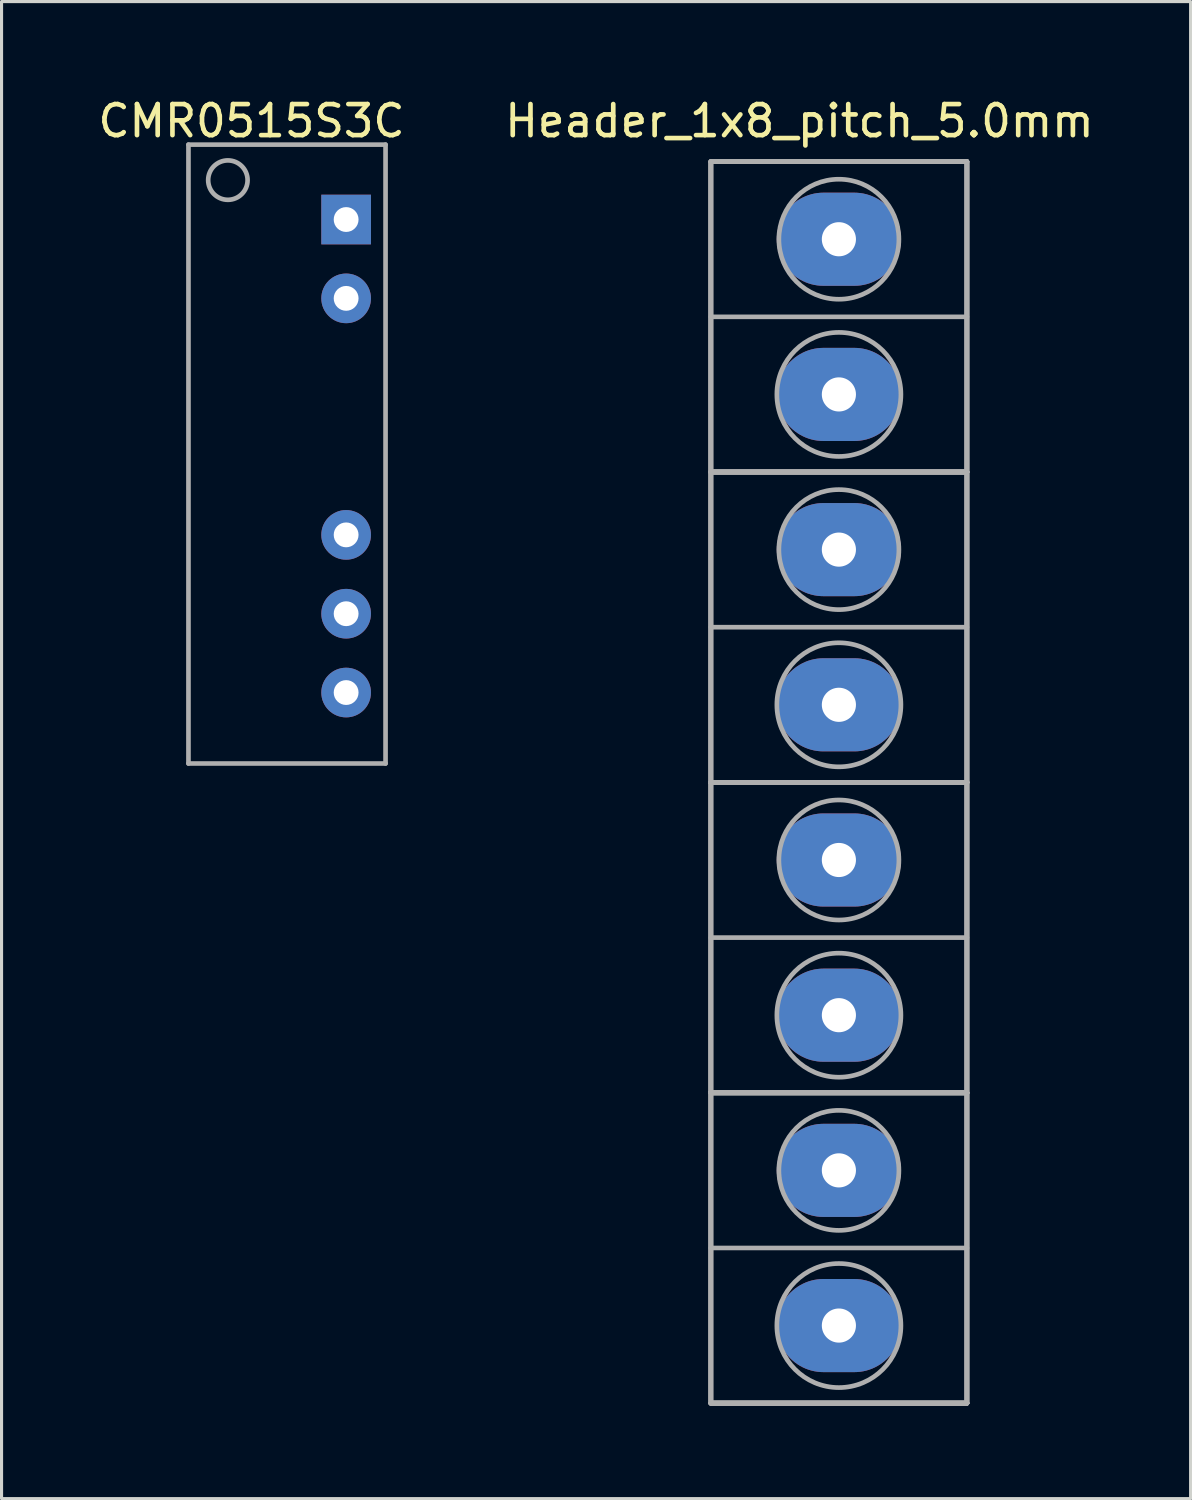
<source format=kicad_pcb>
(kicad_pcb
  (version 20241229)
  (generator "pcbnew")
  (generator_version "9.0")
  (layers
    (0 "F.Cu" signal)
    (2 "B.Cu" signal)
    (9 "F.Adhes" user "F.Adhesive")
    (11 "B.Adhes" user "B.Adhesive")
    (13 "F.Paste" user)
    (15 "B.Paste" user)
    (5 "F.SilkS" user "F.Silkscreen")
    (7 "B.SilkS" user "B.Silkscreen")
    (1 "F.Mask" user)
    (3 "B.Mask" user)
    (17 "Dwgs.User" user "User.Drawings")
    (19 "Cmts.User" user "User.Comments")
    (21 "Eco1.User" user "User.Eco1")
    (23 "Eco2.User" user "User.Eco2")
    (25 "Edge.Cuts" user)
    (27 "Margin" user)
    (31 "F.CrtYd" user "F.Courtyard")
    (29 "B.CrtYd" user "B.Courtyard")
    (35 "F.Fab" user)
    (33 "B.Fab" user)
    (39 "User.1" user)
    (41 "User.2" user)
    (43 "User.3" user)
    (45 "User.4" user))
  (footprint "CMR0515S3C"
    (layer "F.Cu")
    (at 8.102 4.023)
    (property "Reference" "CMR0515S3C" (at -3.048 -3.175 0) (layer "F.SilkS") (effects (font (size 1 1) (thickness 0.15))))
    (attr through_hole)
    (fp_line (start -5.08 -2.413) (end -5.08 17.526) (stroke (width 0.15) (type solid)) (layer "F.Fab"))
    (fp_line (start -5.08 17.526) (end 1.27 17.526) (stroke (width 0.15) (type solid)) (layer "F.Fab"))
    (fp_line (start 1.27 -2.413) (end -5.08 -2.413) (stroke (width 0.15) (type solid)) (layer "F.Fab"))
    (fp_line (start 1.27 17.526) (end 1.27 -2.413) (stroke (width 0.15) (type solid)) (layer "F.Fab"))
    (fp_circle (center -3.81 -1.27) (end -3.81 -1.905) (stroke (width 0.15) (type solid)) (fill no) (layer "F.Fab"))
    (pad "1" thru_hole rect (at 0 0) (size 1.6 1.6) (drill 0.8) (layers "*.Cu" "*.Mask"))
    (pad "2" thru_hole oval (at 0 2.54) (size 1.6 1.6) (drill 0.8) (layers "*.Cu" "*.Mask"))
    (pad "5" thru_hole oval (at 0 10.16) (size 1.6 1.6) (drill 0.8) (layers "*.Cu" "*.Mask"))
    (pad "6" thru_hole oval (at 0 12.7) (size 1.6 1.6) (drill 0.8) (layers "*.Cu" "*.Mask"))
    (pad "7" thru_hole oval (at 0 15.24) (size 1.6 1.6) (drill 0.8) (layers "*.Cu" "*.Mask")))
  (footprint "Header_1x8_pitch_5.0mm"
    (layer "F.Cu")
    (at 23.978 4.658)
    (property "Reference" "Header_1x8_pitch_5.0mm" (at -1.27 -3.81 0) (layer "F.SilkS") (effects (font (size 1 1) (thickness 0.15))))
    (attr through_hole)
    (fp_line (start -4.125 -2.5) (end -4.125 7.5) (stroke (width 0.15) (type solid)) (layer "F.Fab"))
    (fp_line (start -4.125 -2.5) (end -4.125 7.5) (stroke (width 0.15) (type solid)) (layer "F.Fab"))
    (fp_line (start -4.125 -2.5) (end -4.125 7.5) (stroke (width 0.15) (type solid)) (layer "F.Fab"))
    (fp_line (start -4.125 -2.5) (end -4.125 7.5) (stroke (width 0.15) (type solid)) (layer "F.Fab"))
    (fp_line (start -4.125 -2.5) (end 4.125 -2.5) (stroke (width 0.15) (type solid)) (layer "F.Fab"))
    (fp_line (start -4.125 -2.5) (end 4.125 -2.5) (stroke (width 0.15) (type solid)) (layer "F.Fab"))
    (fp_line (start -4.125 -2.5) (end 4.125 -2.5) (stroke (width 0.15) (type solid)) (layer "F.Fab"))
    (fp_line (start -4.125 -2.5) (end 4.125 -2.5) (stroke (width 0.15) (type solid)) (layer "F.Fab"))
    (fp_line (start -4.125 2.5) (end 4.125 2.5) (stroke (width 0.15) (type solid)) (layer "F.Fab"))
    (fp_line (start -4.125 7.5) (end -4.125 17.5) (stroke (width 0.15) (type solid)) (layer "F.Fab"))
    (fp_line (start -4.125 7.5) (end -4.125 17.5) (stroke (width 0.15) (type solid)) (layer "F.Fab"))
    (fp_line (start -4.125 7.5) (end -4.125 17.5) (stroke (width 0.15) (type solid)) (layer "F.Fab"))
    (fp_line (start -4.125 7.5) (end -4.125 17.5) (stroke (width 0.15) (type solid)) (layer "F.Fab"))
    (fp_line (start -4.125 7.5) (end 4.125 7.5) (stroke (width 0.15) (type solid)) (layer "F.Fab"))
    (fp_line (start -4.125 7.5) (end 4.125 7.5) (stroke (width 0.15) (type solid)) (layer "F.Fab"))
    (fp_line (start -4.125 7.5) (end 4.125 7.5) (stroke (width 0.15) (type solid)) (layer "F.Fab"))
    (fp_line (start -4.125 7.5) (end 4.125 7.5) (stroke (width 0.15) (type solid)) (layer "F.Fab"))
    (fp_line (start -4.125 7.5) (end 4.125 7.5) (stroke (width 0.15) (type solid)) (layer "F.Fab"))
    (fp_line (start -4.125 7.5) (end 4.125 7.5) (stroke (width 0.15) (type solid)) (layer "F.Fab"))
    (fp_line (start -4.125 7.5) (end 4.125 7.5) (stroke (width 0.15) (type solid)) (layer "F.Fab"))
    (fp_line (start -4.125 7.5) (end 4.125 7.5) (stroke (width 0.15) (type solid)) (layer "F.Fab"))
    (fp_line (start -4.125 12.5) (end 4.125 12.5) (stroke (width 0.15) (type solid)) (layer "F.Fab"))
    (fp_line (start -4.125 17.5) (end -4.125 27.5) (stroke (width 0.15) (type solid)) (layer "F.Fab"))
    (fp_line (start -4.125 17.5) (end -4.125 27.5) (stroke (width 0.15) (type solid)) (layer "F.Fab"))
    (fp_line (start -4.125 17.5) (end -4.125 27.5) (stroke (width 0.15) (type solid)) (layer "F.Fab"))
    (fp_line (start -4.125 17.5) (end -4.125 27.5) (stroke (width 0.15) (type solid)) (layer "F.Fab"))
    (fp_line (start -4.125 17.5) (end 4.125 17.5) (stroke (width 0.15) (type solid)) (layer "F.Fab"))
    (fp_line (start -4.125 17.5) (end 4.125 17.5) (stroke (width 0.15) (type solid)) (layer "F.Fab"))
    (fp_line (start -4.125 17.5) (end 4.125 17.5) (stroke (width 0.15) (type solid)) (layer "F.Fab"))
    (fp_line (start -4.125 17.5) (end 4.125 17.5) (stroke (width 0.15) (type solid)) (layer "F.Fab"))
    (fp_line (start -4.125 17.5) (end 4.125 17.5) (stroke (width 0.15) (type solid)) (layer "F.Fab"))
    (fp_line (start -4.125 17.5) (end 4.125 17.5) (stroke (width 0.15) (type solid)) (layer "F.Fab"))
    (fp_line (start -4.125 17.5) (end 4.125 17.5) (stroke (width 0.15) (type solid)) (layer "F.Fab"))
    (fp_line (start -4.125 17.5) (end 4.125 17.5) (stroke (width 0.15) (type solid)) (layer "F.Fab"))
    (fp_line (start -4.125 22.5) (end 4.125 22.5) (stroke (width 0.15) (type solid)) (layer "F.Fab"))
    (fp_line (start -4.125 27.5) (end -4.125 37.5) (stroke (width 0.15) (type solid)) (layer "F.Fab"))
    (fp_line (start -4.125 27.5) (end -4.125 37.5) (stroke (width 0.15) (type solid)) (layer "F.Fab"))
    (fp_line (start -4.125 27.5) (end -4.125 37.5) (stroke (width 0.15) (type solid)) (layer "F.Fab"))
    (fp_line (start -4.125 27.5) (end -4.125 37.5) (stroke (width 0.15) (type solid)) (layer "F.Fab"))
    (fp_line (start -4.125 27.5) (end 4.125 27.5) (stroke (width 0.15) (type solid)) (layer "F.Fab"))
    (fp_line (start -4.125 27.5) (end 4.125 27.5) (stroke (width 0.15) (type solid)) (layer "F.Fab"))
    (fp_line (start -4.125 27.5) (end 4.125 27.5) (stroke (width 0.15) (type solid)) (layer "F.Fab"))
    (fp_line (start -4.125 27.5) (end 4.125 27.5) (stroke (width 0.15) (type solid)) (layer "F.Fab"))
    (fp_line (start -4.125 27.5) (end 4.125 27.5) (stroke (width 0.15) (type solid)) (layer "F.Fab"))
    (fp_line (start -4.125 27.5) (end 4.125 27.5) (stroke (width 0.15) (type solid)) (layer "F.Fab"))
    (fp_line (start -4.125 27.5) (end 4.125 27.5) (stroke (width 0.15) (type solid)) (layer "F.Fab"))
    (fp_line (start -4.125 27.5) (end 4.125 27.5) (stroke (width 0.15) (type solid)) (layer "F.Fab"))
    (fp_line (start -4.125 32.5) (end 4.125 32.5) (stroke (width 0.15) (type solid)) (layer "F.Fab"))
    (fp_line (start -4.125 37.5) (end 4.125 37.5) (stroke (width 0.15) (type solid)) (layer "F.Fab"))
    (fp_line (start -4.125 37.5) (end 4.125 37.5) (stroke (width 0.15) (type solid)) (layer "F.Fab"))
    (fp_line (start -4.125 37.5) (end 4.125 37.5) (stroke (width 0.15) (type solid)) (layer "F.Fab"))
    (fp_line (start -4.125 37.5) (end 4.125 37.5) (stroke (width 0.15) (type solid)) (layer "F.Fab"))
    (fp_line (start -4.125 37.5) (end 4.125 37.5) (stroke (width 0.15) (type solid)) (layer "F.Fab"))
    (fp_line (start -4.125 37.5) (end 4.125 37.5) (stroke (width 0.15) (type solid)) (layer "F.Fab"))
    (fp_line (start -4.125 37.5) (end 4.125 37.5) (stroke (width 0.15) (type solid)) (layer "F.Fab"))
    (fp_line (start -4.125 37.5) (end 4.125 37.5) (stroke (width 0.15) (type solid)) (layer "F.Fab"))
    (fp_line (start 4.125 -2.5) (end 4.125 7.5) (stroke (width 0.15) (type solid)) (layer "F.Fab"))
    (fp_line (start 4.125 -2.5) (end 4.125 7.5) (stroke (width 0.15) (type solid)) (layer "F.Fab"))
    (fp_line (start 4.125 -2.5) (end 4.125 7.5) (stroke (width 0.15) (type solid)) (layer "F.Fab"))
    (fp_line (start 4.125 -2.5) (end 4.125 7.5) (stroke (width 0.15) (type solid)) (layer "F.Fab"))
    (fp_line (start 4.125 7.5) (end 4.125 17.5) (stroke (width 0.15) (type solid)) (layer "F.Fab"))
    (fp_line (start 4.125 7.5) (end 4.125 17.5) (stroke (width 0.15) (type solid)) (layer "F.Fab"))
    (fp_line (start 4.125 7.5) (end 4.125 17.5) (stroke (width 0.15) (type solid)) (layer "F.Fab"))
    (fp_line (start 4.125 7.5) (end 4.125 17.5) (stroke (width 0.15) (type solid)) (layer "F.Fab"))
    (fp_line (start 4.125 17.5) (end 4.125 27.5) (stroke (width 0.15) (type solid)) (layer "F.Fab"))
    (fp_line (start 4.125 17.5) (end 4.125 27.5) (stroke (width 0.15) (type solid)) (layer "F.Fab"))
    (fp_line (start 4.125 17.5) (end 4.125 27.5) (stroke (width 0.15) (type solid)) (layer "F.Fab"))
    (fp_line (start 4.125 17.5) (end 4.125 27.5) (stroke (width 0.15) (type solid)) (layer "F.Fab"))
    (fp_line (start 4.125 27.5) (end 4.125 37.5) (stroke (width 0.15) (type solid)) (layer "F.Fab"))
    (fp_line (start 4.125 27.5) (end 4.125 37.5) (stroke (width 0.15) (type solid)) (layer "F.Fab"))
    (fp_line (start 4.125 27.5) (end 4.125 37.5) (stroke (width 0.15) (type solid)) (layer "F.Fab"))
    (fp_line (start 4.125 27.5) (end 4.125 37.5) (stroke (width 0.15) (type solid)) (layer "F.Fab"))
    (fp_circle (center 0 0) (end 1.25 -1.475) (stroke (width 0.15) (type solid)) (fill no) (layer "F.Fab"))
    (fp_circle (center 0 5) (end 1.375 3.55) (stroke (width 0.15) (type solid)) (fill no) (layer "F.Fab"))
    (fp_circle (center 0 10) (end 1.25 8.525) (stroke (width 0.15) (type solid)) (fill no) (layer "F.Fab"))
    (fp_circle (center 0 15) (end 1.375 13.55) (stroke (width 0.15) (type solid)) (fill no) (layer "F.Fab"))
    (fp_circle (center 0 20) (end 1.25 18.525) (stroke (width 0.15) (type solid)) (fill no) (layer "F.Fab"))
    (fp_circle (center 0 25) (end 1.375 23.55) (stroke (width 0.15) (type solid)) (fill no) (layer "F.Fab"))
    (fp_circle (center 0 30) (end 1.25 28.525) (stroke (width 0.15) (type solid)) (fill no) (layer "F.Fab"))
    (fp_circle (center 0 35) (end 1.375 33.55) (stroke (width 0.15) (type solid)) (fill no) (layer "F.Fab"))
    (pad "1" thru_hole oval (at 0 0) (size 4 3) (drill 1.1) (layers "*.Cu" "*.Mask"))
    (pad "2" thru_hole oval (at 0 5) (size 4 3) (drill 1.1) (layers "*.Cu" "*.Mask"))
    (pad "3" thru_hole oval (at 0 10) (size 4 3) (drill 1.1) (layers "*.Cu" "*.Mask"))
    (pad "4" thru_hole oval (at 0 15) (size 4 3) (drill 1.1) (layers "*.Cu" "*.Mask"))
    (pad "5" thru_hole oval (at 0 20) (size 4 3) (drill 1.1) (layers "*.Cu" "*.Mask"))
    (pad "6" thru_hole oval (at 0 25) (size 4 3) (drill 1.1) (layers "*.Cu" "*.Mask"))
    (pad "7" thru_hole oval (at 0 30) (size 4 3) (drill 1.1) (layers "*.Cu" "*.Mask"))
    (pad "8" thru_hole oval (at 0 35) (size 4 3) (drill 1.1) (layers "*.Cu" "*.Mask")))
  (gr_rect
    (start -3 -3)
    (end 35.31 45.233)
    (stroke (width 0.1) (type default))
    (fill no)
    (layer "Edge.Cuts")))
</source>
